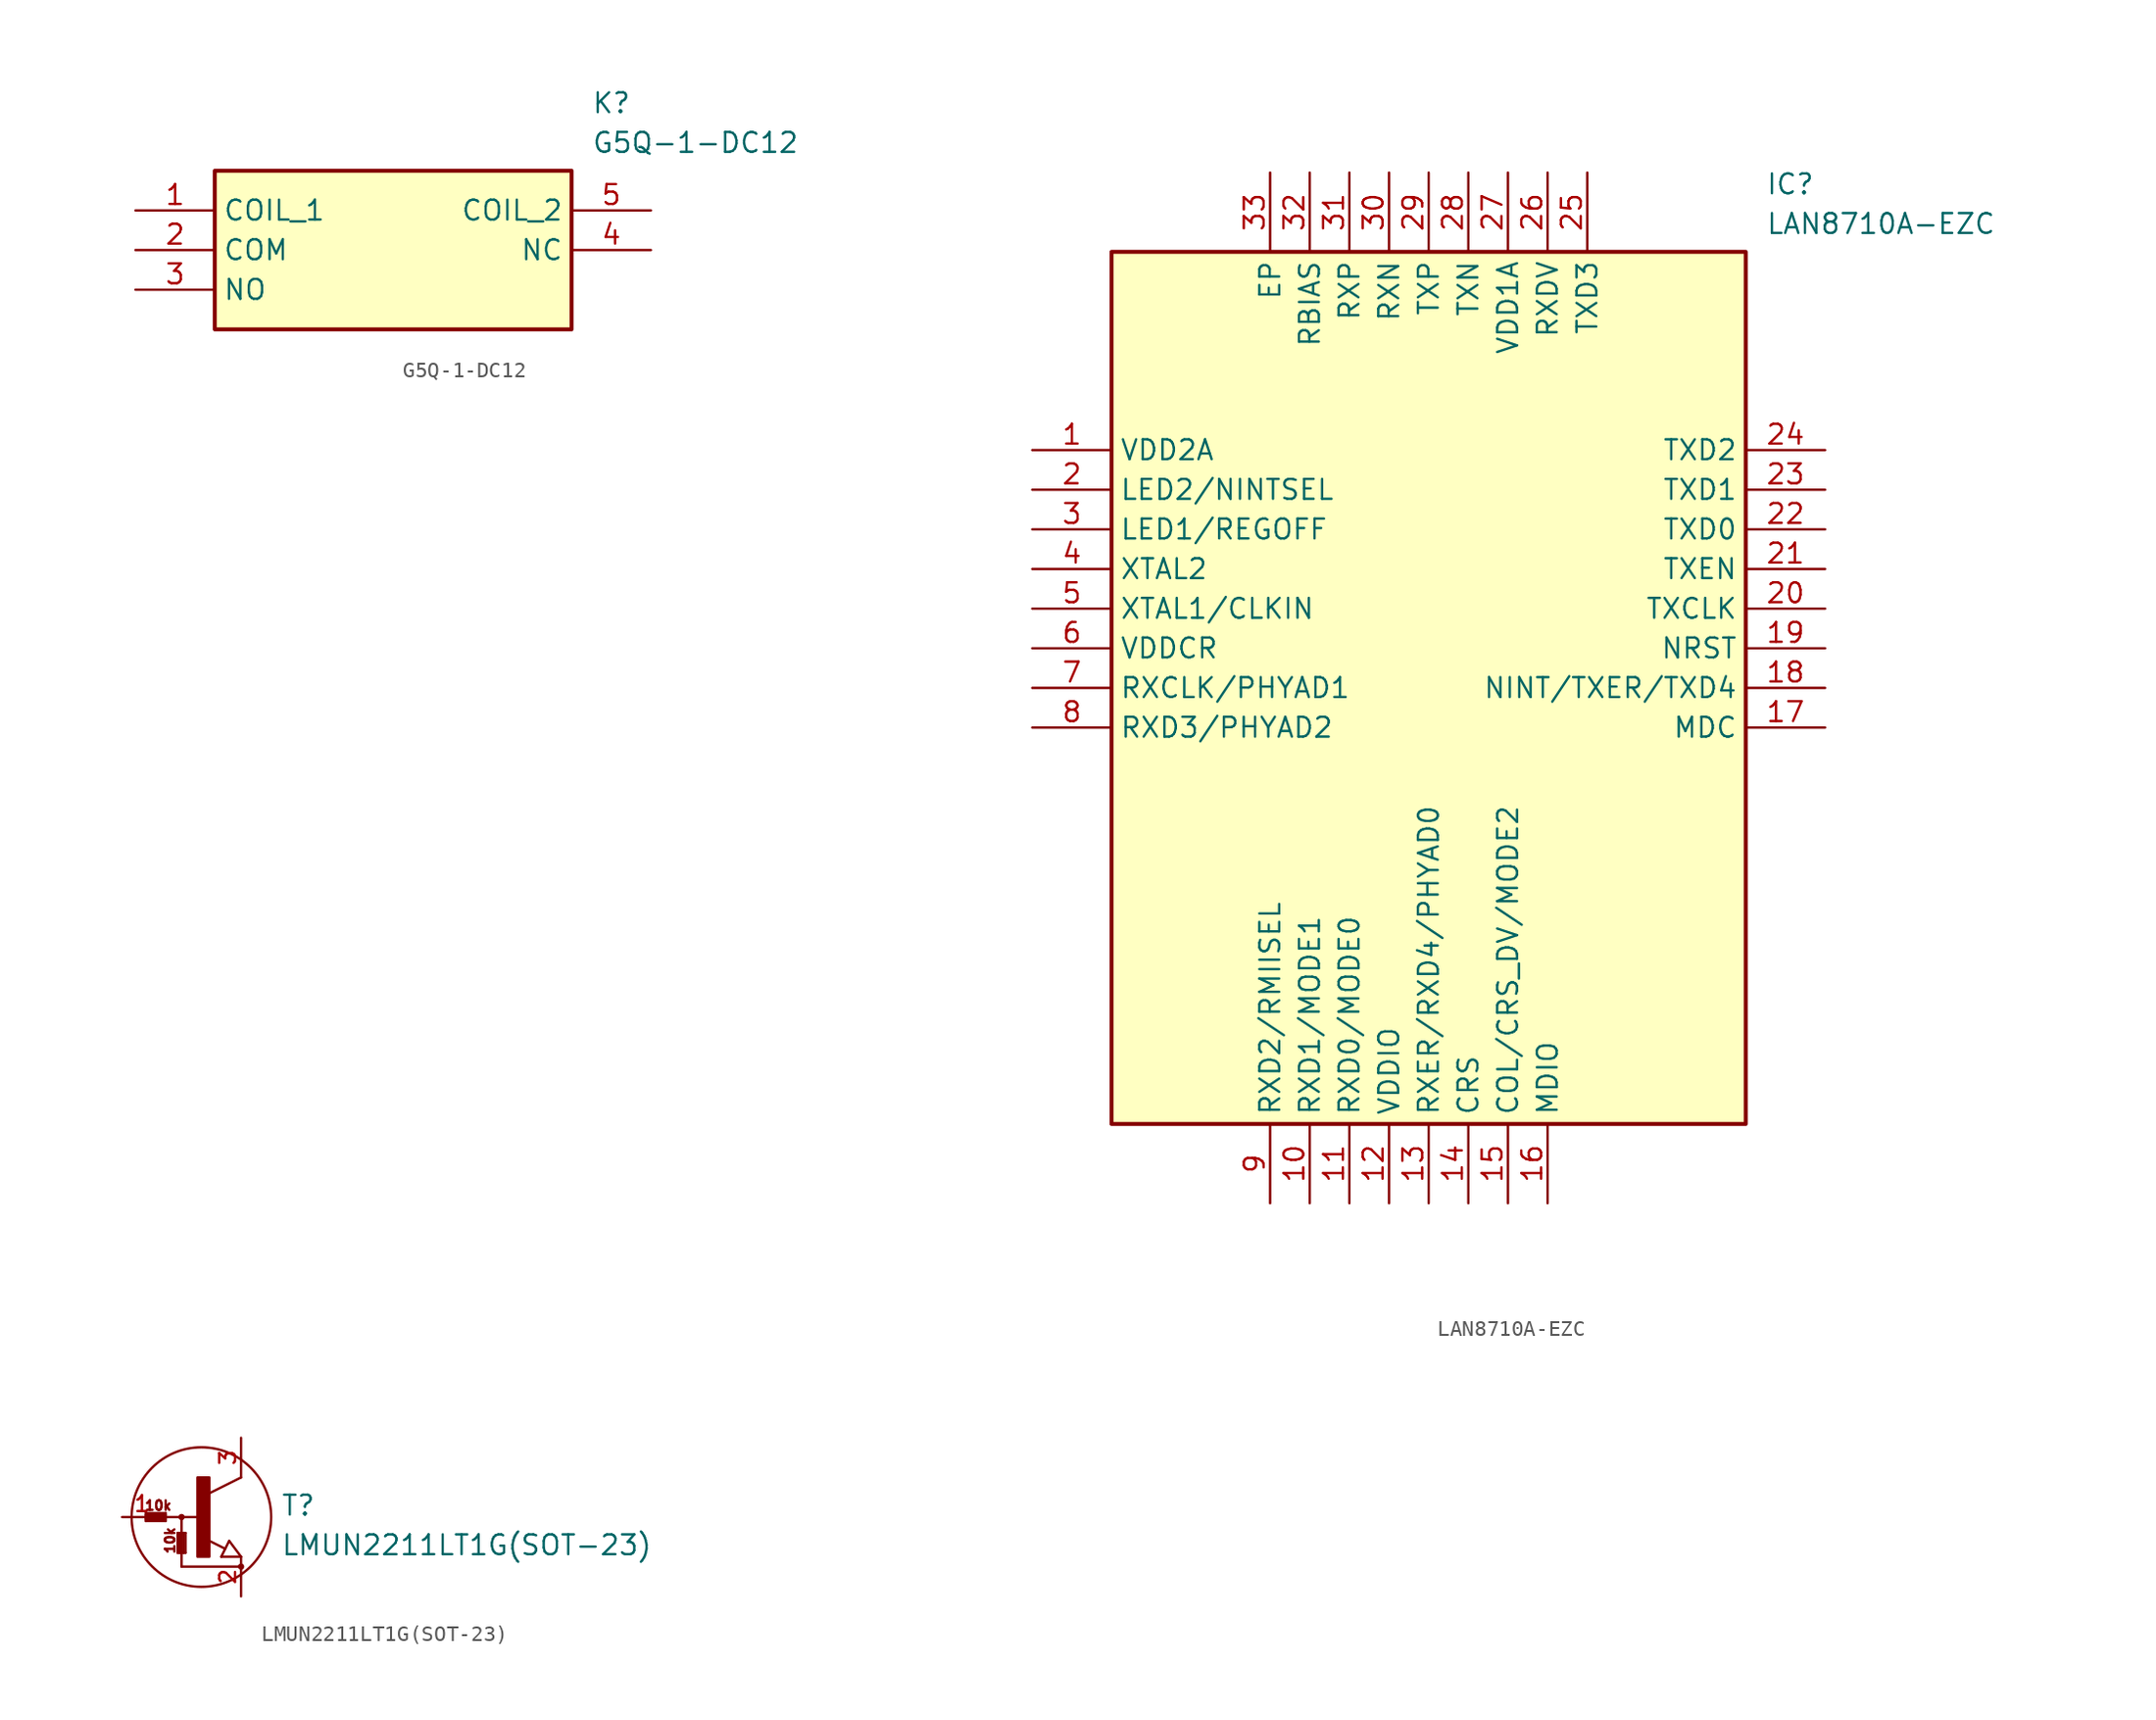
<source format=kicad_sym>
(kicad_symbol_lib
  (version 20220914)
  (generator kicad_symbol_editor)
  (symbol "G5Q-1-DC12"
    (property "Reference" "K"
      (at 29.21 7.62 0)
      (effects (font (size 1.27 1.27)) (justify left top)))
    (property "Value" "G5Q-1-DC12"
      (at 29.21 5.08 0)
      (effects (font (size 1.27 1.27)) (justify left top)))
    (symbol "G5Q-1-DC12_1_1"
      (rectangle (start 5.08 2.54) (end 27.94 -7.62) (stroke (width 0.254) (type default)) (fill (type background)))
      (pin passive line (at 0 0 0) (length 5.08) (name "COIL_1" (effects (font (size 1.27 1.27)))) (number "1" (effects (font (size 1.27 1.27)))))
      (pin passive line (at 0 -2.54 0) (length 5.08) (name "COM" (effects (font (size 1.27 1.27)))) (number "2" (effects (font (size 1.27 1.27)))))
      (pin passive line (at 0 -5.08 0) (length 5.08) (name "NO" (effects (font (size 1.27 1.27)))) (number "3" (effects (font (size 1.27 1.27)))))
      (pin passive line (at 33.02 -2.54 180) (length 5.08) (name "NC" (effects (font (size 1.27 1.27)))) (number "4" (effects (font (size 1.27 1.27)))))
      (pin passive line (at 33.02 0 180) (length 5.08) (name "COIL_2" (effects (font (size 1.27 1.27)))) (number "5" (effects (font (size 1.27 1.27)))))))
  (symbol "LAN8710A-EZC"
    (property "Reference" "IC"
      (at 46.99 17.78 0)
      (effects (font (size 1.27 1.27)) (justify left top)))
    (property "Value" "LAN8710A-EZC"
      (at 46.99 15.24 0)
      (effects (font (size 1.27 1.27)) (justify left top)))
    (symbol "LAN8710A-EZC_1_1"
      (rectangle (start 5.08 12.7) (end 45.72 -43.18) (stroke (width 0.254) (type default)) (fill (type background)))
      (pin passive line (at 0 0 0) (length 5.08) (name "VDD2A" (effects (font (size 1.27 1.27)))) (number "1" (effects (font (size 1.27 1.27)))))
      (pin passive line (at 17.78 -48.26 90) (length 5.08) (name "RXD1/MODE1" (effects (font (size 1.27 1.27)))) (number "10" (effects (font (size 1.27 1.27)))))
      (pin passive line (at 20.32 -48.26 90) (length 5.08) (name "RXD0/MODE0" (effects (font (size 1.27 1.27)))) (number "11" (effects (font (size 1.27 1.27)))))
      (pin passive line (at 22.86 -48.26 90) (length 5.08) (name "VDDIO" (effects (font (size 1.27 1.27)))) (number "12" (effects (font (size 1.27 1.27)))))
      (pin passive line (at 25.4 -48.26 90) (length 5.08) (name "RXER/RXD4/PHYAD0" (effects (font (size 1.27 1.27)))) (number "13" (effects (font (size 1.27 1.27)))))
      (pin passive line (at 27.94 -48.26 90) (length 5.08) (name "CRS" (effects (font (size 1.27 1.27)))) (number "14" (effects (font (size 1.27 1.27)))))
      (pin passive line (at 30.48 -48.26 90) (length 5.08) (name "COL/CRS_DV/MODE2" (effects (font (size 1.27 1.27)))) (number "15" (effects (font (size 1.27 1.27)))))
      (pin passive line (at 33.02 -48.26 90) (length 5.08) (name "MDIO" (effects (font (size 1.27 1.27)))) (number "16" (effects (font (size 1.27 1.27)))))
      (pin passive line (at 50.8 -17.78 180) (length 5.08) (name "MDC" (effects (font (size 1.27 1.27)))) (number "17" (effects (font (size 1.27 1.27)))))
      (pin passive line (at 50.8 -15.24 180) (length 5.08) (name "NINT/TXER/TXD4" (effects (font (size 1.27 1.27)))) (number "18" (effects (font (size 1.27 1.27)))))
      (pin passive line (at 50.8 -12.7 180) (length 5.08) (name "NRST" (effects (font (size 1.27 1.27)))) (number "19" (effects (font (size 1.27 1.27)))))
      (pin passive line (at 0 -2.54 0) (length 5.08) (name "LED2/NINTSEL" (effects (font (size 1.27 1.27)))) (number "2" (effects (font (size 1.27 1.27)))))
      (pin passive line (at 50.8 -10.16 180) (length 5.08) (name "TXCLK" (effects (font (size 1.27 1.27)))) (number "20" (effects (font (size 1.27 1.27)))))
      (pin passive line (at 50.8 -7.62 180) (length 5.08) (name "TXEN" (effects (font (size 1.27 1.27)))) (number "21" (effects (font (size 1.27 1.27)))))
      (pin passive line (at 50.8 -5.08 180) (length 5.08) (name "TXD0" (effects (font (size 1.27 1.27)))) (number "22" (effects (font (size 1.27 1.27)))))
      (pin passive line (at 50.8 -2.54 180) (length 5.08) (name "TXD1" (effects (font (size 1.27 1.27)))) (number "23" (effects (font (size 1.27 1.27)))))
      (pin passive line (at 50.8 0 180) (length 5.08) (name "TXD2" (effects (font (size 1.27 1.27)))) (number "24" (effects (font (size 1.27 1.27)))))
      (pin passive line (at 35.56 17.78 270) (length 5.08) (name "TXD3" (effects (font (size 1.27 1.27)))) (number "25" (effects (font (size 1.27 1.27)))))
      (pin passive line (at 33.02 17.78 270) (length 5.08) (name "RXDV" (effects (font (size 1.27 1.27)))) (number "26" (effects (font (size 1.27 1.27)))))
      (pin passive line (at 30.48 17.78 270) (length 5.08) (name "VDD1A" (effects (font (size 1.27 1.27)))) (number "27" (effects (font (size 1.27 1.27)))))
      (pin passive line (at 27.94 17.78 270) (length 5.08) (name "TXN" (effects (font (size 1.27 1.27)))) (number "28" (effects (font (size 1.27 1.27)))))
      (pin passive line (at 25.4 17.78 270) (length 5.08) (name "TXP" (effects (font (size 1.27 1.27)))) (number "29" (effects (font (size 1.27 1.27)))))
      (pin passive line (at 0 -5.08 0) (length 5.08) (name "LED1/REGOFF" (effects (font (size 1.27 1.27)))) (number "3" (effects (font (size 1.27 1.27)))))
      (pin passive line (at 22.86 17.78 270) (length 5.08) (name "RXN" (effects (font (size 1.27 1.27)))) (number "30" (effects (font (size 1.27 1.27)))))
      (pin passive line (at 20.32 17.78 270) (length 5.08) (name "RXP" (effects (font (size 1.27 1.27)))) (number "31" (effects (font (size 1.27 1.27)))))
      (pin passive line (at 17.78 17.78 270) (length 5.08) (name "RBIAS" (effects (font (size 1.27 1.27)))) (number "32" (effects (font (size 1.27 1.27)))))
      (pin passive line (at 15.24 17.78 270) (length 5.08) (name "EP" (effects (font (size 1.27 1.27)))) (number "33" (effects (font (size 1.27 1.27)))))
      (pin passive line (at 0 -7.62 0) (length 5.08) (name "XTAL2" (effects (font (size 1.27 1.27)))) (number "4" (effects (font (size 1.27 1.27)))))
      (pin passive line (at 0 -10.16 0) (length 5.08) (name "XTAL1/CLKIN" (effects (font (size 1.27 1.27)))) (number "5" (effects (font (size 1.27 1.27)))))
      (pin passive line (at 0 -12.7 0) (length 5.08) (name "VDDCR" (effects (font (size 1.27 1.27)))) (number "6" (effects (font (size 1.27 1.27)))))
      (pin passive line (at 0 -15.24 0) (length 5.08) (name "RXCLK/PHYAD1" (effects (font (size 1.27 1.27)))) (number "7" (effects (font (size 1.27 1.27)))))
      (pin passive line (at 0 -17.78 0) (length 5.08) (name "RXD3/PHYAD2" (effects (font (size 1.27 1.27)))) (number "8" (effects (font (size 1.27 1.27)))))
      (pin passive line (at 15.24 -48.26 90) (length 5.08) (name "RXD2/RMIISEL" (effects (font (size 1.27 1.27)))) (number "9" (effects (font (size 1.27 1.27)))))))
  (symbol "LMUN2211LT1G(SOT-23)"
    (pin_names
      (offset 0) hide)
    (property "Reference" "T"
      (at 5.08 0 0)
      (effects (font (size 1.27 1.27)) (justify left bottom)))
    (property "Value" "LMUN2211LT1G(SOT-23)"
      (at 5.08 -2.54 0)
      (effects (font (size 1.27 1.27)) (justify left bottom)))
    (property "Datasheet" ""
      (at 0 0 0)
      (effects (font (size 1.524 1.524))))
    (symbol "LMUN2211LT1G(SOT-23)_1_0"
      (polyline (pts (xy -3.556 -0.254) (xy -2.286 -0.254)) (stroke (width 0) (type solid)) (fill (type none)))
      (polyline (pts (xy -3.556 -0.127) (xy -3.556 -0.254)) (stroke (width 0) (type solid)) (fill (type none)))
      (polyline (pts (xy -3.556 -0.127) (xy -2.286 -0.127)) (stroke (width 0) (type solid)) (fill (type none)))
      (polyline (pts (xy -3.556 0) (xy -3.556 -0.127)) (stroke (width 0) (type solid)) (fill (type none)))
      (polyline (pts (xy -3.556 0.127) (xy -3.556 0)) (stroke (width 0) (type solid)) (fill (type none)))
      (polyline (pts (xy -3.556 0.127) (xy -2.286 0.127)) (stroke (width 0) (type solid)) (fill (type none)))
      (polyline (pts (xy -3.556 0.254) (xy -3.556 0.127)) (stroke (width 0) (type solid)) (fill (type none)))
      (polyline (pts (xy -3.556 0.254) (xy -2.286 0.254)) (stroke (width 0) (type solid)) (fill (type none)))
      (polyline (pts (xy -2.286 0) (xy -3.556 0)) (stroke (width 0) (type solid)) (fill (type none)))
      (polyline (pts (xy -2.286 0) (xy -2.286 -0.254)) (stroke (width 0) (type solid)) (fill (type none)))
      (polyline (pts (xy -2.286 0.127) (xy -2.286 0)) (stroke (width 0) (type solid)) (fill (type none)))
      (polyline (pts (xy -2.286 0.254) (xy -2.286 0.127)) (stroke (width 0) (type solid)) (fill (type none)))
      (polyline (pts (xy -1.524 -2.286) (xy -1.524 -1.016)) (stroke (width 0) (type solid)) (fill (type none)))
      (polyline (pts (xy -1.524 -2.286) (xy -1.397 -2.286)) (stroke (width 0) (type solid)) (fill (type none)))
      (polyline (pts (xy -1.524 -1.016) (xy -1.397 -1.016)) (stroke (width 0) (type solid)) (fill (type none)))
      (polyline (pts (xy -1.397 -2.286) (xy -1.397 -1.016)) (stroke (width 0) (type solid)) (fill (type none)))
      (polyline (pts (xy -1.397 -2.286) (xy -1.143 -2.286)) (stroke (width 0) (type solid)) (fill (type none)))
      (polyline (pts (xy -1.397 -1.016) (xy -1.143 -1.016)) (stroke (width 0) (type solid)) (fill (type none)))
      (polyline (pts (xy -1.27 -3.175) (xy 2.54 -3.175)) (stroke (width 0) (type solid)) (fill (type none)))
      (polyline (pts (xy -1.27 0) (xy -2.286 0)) (stroke (width 0) (type solid)) (fill (type none)))
      (polyline (pts (xy -1.27 0) (xy -1.27 -3.175)) (stroke (width 0) (type solid)) (fill (type none)))
      (polyline (pts (xy -1.143 -2.286) (xy -1.143 -1.016)) (stroke (width 0) (type solid)) (fill (type none)))
      (polyline (pts (xy -1.143 -2.286) (xy -1.016 -2.286)) (stroke (width 0) (type solid)) (fill (type none)))
      (polyline (pts (xy -1.143 -1.016) (xy -1.016 -1.016)) (stroke (width 0) (type solid)) (fill (type none)))
      (polyline (pts (xy -1.016 -2.286) (xy -1.016 -1.016)) (stroke (width 0) (type solid)) (fill (type none)))
      (polyline (pts (xy 0 0) (xy -1.27 0)) (stroke (width 0) (type solid)) (fill (type none)))
      (polyline (pts (xy 1.27 -2.54) (xy 1.778 -1.524)) (stroke (width 0) (type solid)) (fill (type none)))
      (polyline (pts (xy 1.524 -2.032) (xy 0.305 -1.422)) (stroke (width 0) (type solid)) (fill (type none)))
      (polyline (pts (xy 1.778 -1.524) (xy 2.54 -2.54)) (stroke (width 0) (type solid)) (fill (type none)))
      (polyline (pts (xy 2.54 -2.54) (xy 1.27 -2.54)) (stroke (width 0) (type solid)) (fill (type none)))
      (polyline (pts (xy 2.54 2.54) (xy 0.508 1.524)) (stroke (width 0) (type solid)) (fill (type none)))
      (text "10k" (at -2.769 0.737 0) (effects (font (size 0.61 0.61))))
      (text "10k" (at -2.007 -1.499 900) (effects (font (size 0.61 0.61)))))
    (symbol "LMUN2211LT1G(SOT-23)_1_1"
      (circle (center -1.27 0) (radius 0.127) (stroke (width 0) (type solid)) (fill (type outline)))
      (rectangle (start -0.254 -2.54) (end 0.508 2.54) (stroke (width 0) (type solid)) (fill (type outline)))
      (circle (center 0 0) (radius 4.47) (stroke (width 0) (type solid)) (fill (type none)))
      (circle (center 2.54 -3.175) (radius 0.127) (stroke (width 0) (type solid)) (fill (type outline)))
      (pin passive line (at -5.08 0 0) (length 2.54) (name "B" (effects (font (size 1.016 1.016)))) (number "1" (effects (font (size 1.016 1.016)))))
      (pin passive line (at 2.54 -5.08 90) (length 2.54) (name "E" (effects (font (size 1.016 1.016)))) (number "2" (effects (font (size 1.016 1.016)))))
      (pin passive line (at 2.54 5.08 270) (length 2.54) (name "C" (effects (font (size 1.016 1.016)))) (number "3" (effects (font (size 1.016 1.016))))))))
</source>
